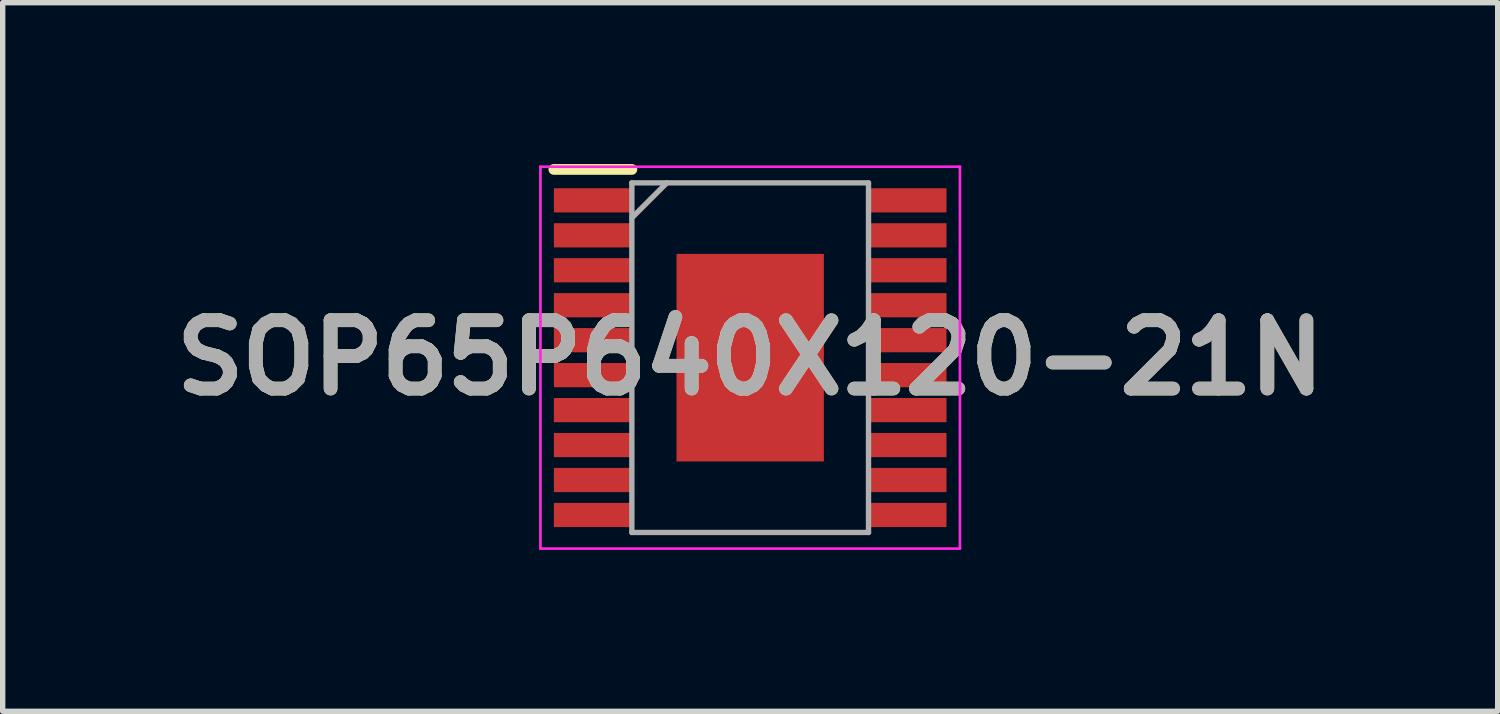
<source format=kicad_pcb>
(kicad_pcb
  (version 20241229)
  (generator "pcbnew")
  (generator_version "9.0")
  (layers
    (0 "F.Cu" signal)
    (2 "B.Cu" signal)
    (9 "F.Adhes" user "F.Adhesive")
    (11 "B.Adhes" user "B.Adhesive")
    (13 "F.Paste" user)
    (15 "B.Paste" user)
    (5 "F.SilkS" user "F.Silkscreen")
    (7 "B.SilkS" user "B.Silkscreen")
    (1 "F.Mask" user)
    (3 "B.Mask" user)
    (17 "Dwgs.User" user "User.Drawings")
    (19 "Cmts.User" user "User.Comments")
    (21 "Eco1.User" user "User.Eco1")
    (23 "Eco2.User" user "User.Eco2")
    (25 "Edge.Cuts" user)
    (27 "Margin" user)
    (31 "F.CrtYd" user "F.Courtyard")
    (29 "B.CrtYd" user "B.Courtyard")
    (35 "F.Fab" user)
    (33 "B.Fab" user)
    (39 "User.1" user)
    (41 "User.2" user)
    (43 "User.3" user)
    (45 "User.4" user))
  (footprint "SOP65P640X120-21N"
    (layer "F.Cu")
    (at 10.898 3.6)
    (property "Reference" "SOP65P640X120-21N" (at 0 0 0) (layer "F.SilkS") (effects (font (size 1.27 1.27) (thickness 0.254))))
    (attr smd)
    (fp_line (start -3.65 -3.5) (end -2.2 -3.5) (stroke (width 0.2) (type solid)) (layer "F.SilkS"))
    (fp_line (start -3.9 -3.55) (end 3.9 -3.55) (stroke (width 0.05) (type solid)) (layer "F.CrtYd"))
    (fp_line (start -3.9 3.55) (end -3.9 -3.55) (stroke (width 0.05) (type solid)) (layer "F.CrtYd"))
    (fp_line (start 3.9 -3.55) (end 3.9 3.55) (stroke (width 0.05) (type solid)) (layer "F.CrtYd"))
    (fp_line (start 3.9 3.55) (end -3.9 3.55) (stroke (width 0.05) (type solid)) (layer "F.CrtYd"))
    (fp_line (start -2.2 -3.25) (end 2.2 -3.25) (stroke (width 0.1) (type solid)) (layer "F.Fab"))
    (fp_line (start -2.2 -2.6) (end -1.55 -3.25) (stroke (width 0.1) (type solid)) (layer "F.Fab"))
    (fp_line (start -2.2 3.25) (end -2.2 -3.25) (stroke (width 0.1) (type solid)) (layer "F.Fab"))
    (fp_line (start 2.2 -3.25) (end 2.2 3.25) (stroke (width 0.1) (type solid)) (layer "F.Fab"))
    (fp_line (start 2.2 3.25) (end -2.2 3.25) (stroke (width 0.1) (type solid)) (layer "F.Fab"))
    (fp_text user "${REFERENCE}" (at 0 0 0) (layer "F.Fab") (effects (font (size 1.27 1.27) (thickness 0.254))))
    (pad "1" smd rect (at -2.925 -2.925 90) (size 0.45 1.45) (layers "F.Cu" "F.Mask" "F.Paste"))
    (pad "2" smd rect (at -2.925 -2.275 90) (size 0.45 1.45) (layers "F.Cu" "F.Mask" "F.Paste"))
    (pad "3" smd rect (at -2.925 -1.625 90) (size 0.45 1.45) (layers "F.Cu" "F.Mask" "F.Paste"))
    (pad "4" smd rect (at -2.925 -0.975 90) (size 0.45 1.45) (layers "F.Cu" "F.Mask" "F.Paste"))
    (pad "5" smd rect (at -2.925 -0.325 90) (size 0.45 1.45) (layers "F.Cu" "F.Mask" "F.Paste"))
    (pad "6" smd rect (at -2.925 0.325 90) (size 0.45 1.45) (layers "F.Cu" "F.Mask" "F.Paste"))
    (pad "7" smd rect (at -2.925 0.975 90) (size 0.45 1.45) (layers "F.Cu" "F.Mask" "F.Paste"))
    (pad "8" smd rect (at -2.925 1.625 90) (size 0.45 1.45) (layers "F.Cu" "F.Mask" "F.Paste"))
    (pad "9" smd rect (at -2.925 2.275 90) (size 0.45 1.45) (layers "F.Cu" "F.Mask" "F.Paste"))
    (pad "10" smd rect (at -2.925 2.925 90) (size 0.45 1.45) (layers "F.Cu" "F.Mask" "F.Paste"))
    (pad "11" smd rect (at 2.925 2.925 90) (size 0.45 1.45) (layers "F.Cu" "F.Mask" "F.Paste"))
    (pad "12" smd rect (at 2.925 2.275 90) (size 0.45 1.45) (layers "F.Cu" "F.Mask" "F.Paste"))
    (pad "13" smd rect (at 2.925 1.625 90) (size 0.45 1.45) (layers "F.Cu" "F.Mask" "F.Paste"))
    (pad "14" smd rect (at 2.925 0.975 90) (size 0.45 1.45) (layers "F.Cu" "F.Mask" "F.Paste"))
    (pad "15" smd rect (at 2.925 0.325 90) (size 0.45 1.45) (layers "F.Cu" "F.Mask" "F.Paste"))
    (pad "16" smd rect (at 2.925 -0.325 90) (size 0.45 1.45) (layers "F.Cu" "F.Mask" "F.Paste"))
    (pad "17" smd rect (at 2.925 -0.975 90) (size 0.45 1.45) (layers "F.Cu" "F.Mask" "F.Paste"))
    (pad "18" smd rect (at 2.925 -1.625 90) (size 0.45 1.45) (layers "F.Cu" "F.Mask" "F.Paste"))
    (pad "19" smd rect (at 2.925 -2.275 90) (size 0.45 1.45) (layers "F.Cu" "F.Mask" "F.Paste"))
    (pad "20" smd rect (at 2.925 -2.925 90) (size 0.45 1.45) (layers "F.Cu" "F.Mask" "F.Paste"))
    (pad "21" smd rect (at 0 0) (size 2.74 3.86) (layers "F.Cu" "F.Mask" "F.Paste")))
  (gr_rect
    (start -3 -3)
    (end 24.796 10.175)
    (stroke (width 0.1) (type default))
    (fill no)
    (layer "Edge.Cuts")))
</source>
